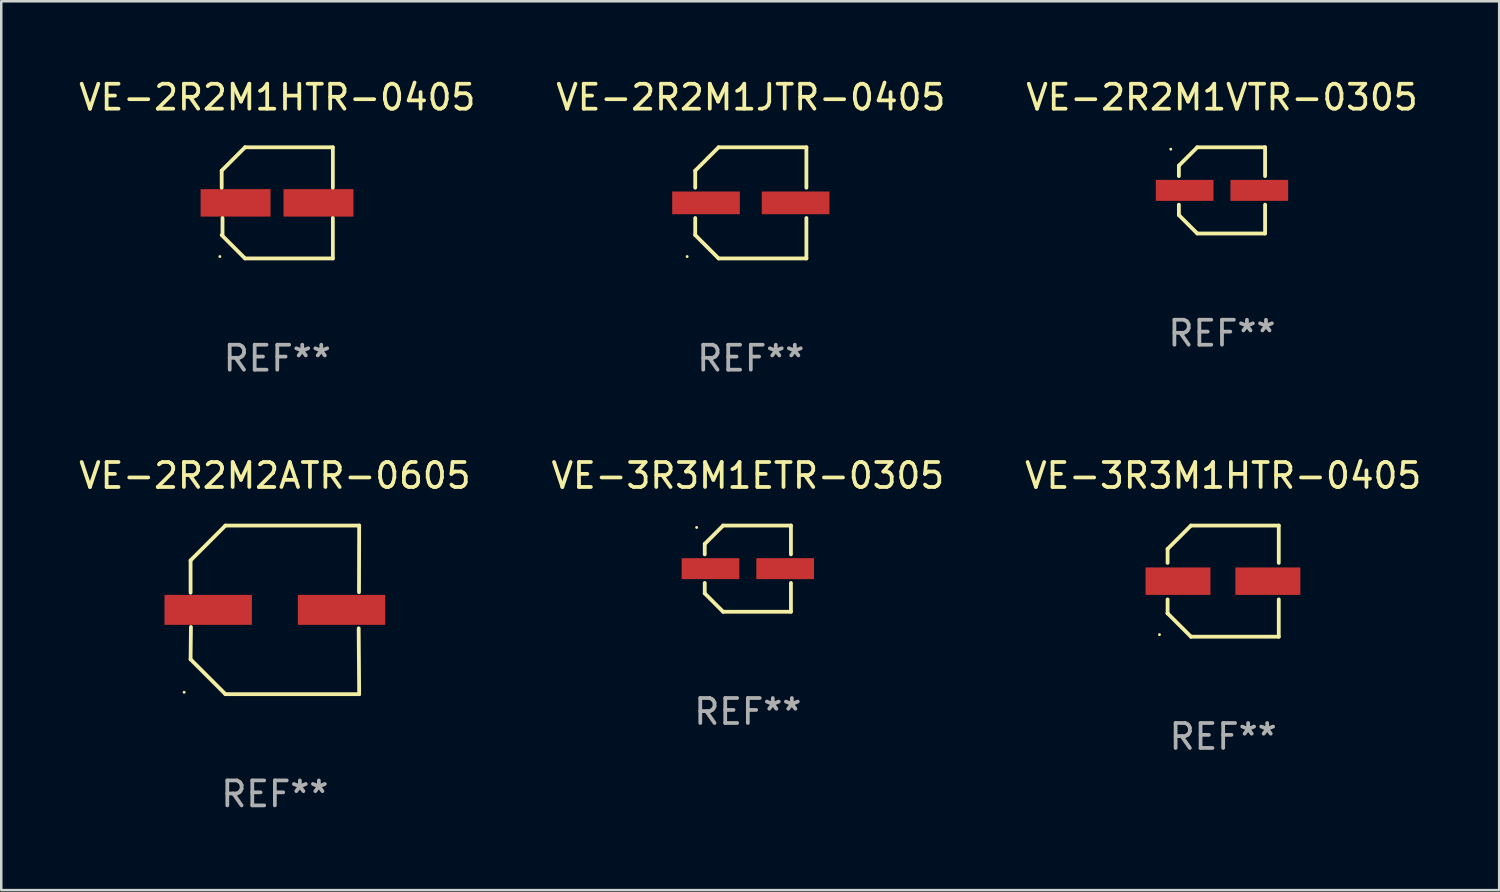
<source format=kicad_pcb>
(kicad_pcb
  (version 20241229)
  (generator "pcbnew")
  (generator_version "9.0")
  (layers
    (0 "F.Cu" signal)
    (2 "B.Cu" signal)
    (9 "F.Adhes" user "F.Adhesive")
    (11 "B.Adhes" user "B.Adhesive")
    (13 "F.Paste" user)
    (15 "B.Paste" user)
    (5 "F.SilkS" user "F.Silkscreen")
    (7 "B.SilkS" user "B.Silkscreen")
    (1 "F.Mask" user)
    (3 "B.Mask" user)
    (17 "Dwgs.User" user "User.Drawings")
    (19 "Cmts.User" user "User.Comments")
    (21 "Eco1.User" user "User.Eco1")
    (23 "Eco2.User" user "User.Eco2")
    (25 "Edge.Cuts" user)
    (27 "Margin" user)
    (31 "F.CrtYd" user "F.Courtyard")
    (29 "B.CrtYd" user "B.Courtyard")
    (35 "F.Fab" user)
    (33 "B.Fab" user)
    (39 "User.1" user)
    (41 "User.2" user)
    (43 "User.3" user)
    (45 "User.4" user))
  (footprint "VE-3R3M1ETR-0305"
    (layer "F.Cu")
    (at 26.899 19.723)
    (property "Reference" "VE-3R3M1ETR-0305" (at 0 -3.726 0) (layer "F.SilkS") (effects (font (size 1 1) (thickness 0.15))))
    (attr through_hole)
    (fp_line (start -1.726 -0.99) (end -1.726 -0.572) (stroke (width 0.152) (type solid)) (layer "F.SilkS"))
    (fp_line (start -1.726 0.99) (end -1.726 0.572) (stroke (width 0.152) (type solid)) (layer "F.SilkS"))
    (fp_line (start -0.99 -1.726) (end -1.726 -0.99) (stroke (width 0.152) (type solid)) (layer "F.SilkS"))
    (fp_line (start -0.99 1.726) (end -1.726 0.99) (stroke (width 0.152) (type solid)) (layer "F.SilkS"))
    (fp_line (start 1.726 -1.726) (end -0.99 -1.726) (stroke (width 0.152) (type solid)) (layer "F.SilkS"))
    (fp_line (start 1.726 -0.572) (end 1.726 -1.726) (stroke (width 0.152) (type solid)) (layer "F.SilkS"))
    (fp_line (start 1.726 0.572) (end 1.726 1.726) (stroke (width 0.152) (type solid)) (layer "F.SilkS"))
    (fp_line (start 1.726 1.726) (end -0.99 1.726) (stroke (width 0.152) (type solid)) (layer "F.SilkS"))
    (fp_circle (center -2.05 -1.65) (end -2.02 -1.65) (stroke (width 0.06) (type solid)) (fill no) (layer "F.SilkS"))
    (fp_text user "REF**" (at 0 5.726 0) (layer "F.Fab") (effects (font (size 1 1) (thickness 0.15))))
    (pad "1" smd rect (at -1.495 0) (size 2.31 0.84) (layers "F.Cu" "F.Mask" "F.Paste"))
    (pad "2" smd rect (at 1.495 0) (size 2.31 0.84) (layers "F.Cu" "F.Mask" "F.Paste")))
  (footprint "VE-2R2M2ATR-0605"
    (layer "F.Cu")
    (at 7.958 21.373)
    (property "Reference" "VE-2R2M2ATR-0605" (at 0 -5.376 0) (layer "F.SilkS") (effects (font (size 1 1) (thickness 0.15))))
    (attr through_hole)
    (fp_line (start -3.376 -1.98) (end -3.376 -0.686) (stroke (width 0.152) (type solid)) (layer "F.SilkS"))
    (fp_line (start -3.376 1.981) (end -3.362 0.686) (stroke (width 0.152) (type solid)) (layer "F.SilkS"))
    (fp_line (start -1.981 3.376) (end -3.376 1.981) (stroke (width 0.152) (type solid)) (layer "F.SilkS"))
    (fp_line (start -1.98 -3.376) (end -3.376 -1.98) (stroke (width 0.152) (type solid)) (layer "F.SilkS"))
    (fp_line (start 3.356 0.74) (end 3.376 3.376) (stroke (width 0.152) (type solid)) (layer "F.SilkS"))
    (fp_line (start 3.369 -0.707) (end 3.376 -3.376) (stroke (width 0.152) (type solid)) (layer "F.SilkS"))
    (fp_line (start 3.376 3.376) (end -1.981 3.376) (stroke (width 0.152) (type solid)) (layer "F.SilkS"))
    (fp_line (start 3.376 -3.376) (end -1.98 -3.376) (stroke (width 0.152) (type solid)) (layer "F.SilkS"))
    (fp_circle (center -3.634 3.3) (end -3.604 3.3) (stroke (width 0.06) (type solid)) (fill no) (layer "F.SilkS"))
    (fp_text user "REF**" (at 0 7.376 0) (layer "F.Fab") (effects (font (size 1 1) (thickness 0.15))))
    (pad "1" smd rect (at -2.67 0.000254) (size 3.5 1.2) (layers "F.Cu" "F.Mask" "F.Paste"))
    (pad "2" smd rect (at 2.67 0.000254) (size 3.5 1.2) (layers "F.Cu" "F.Mask" "F.Paste")))
  (footprint "VE-2R2M1JTR-0405"
    (layer "F.Cu")
    (at 27.018 5.074)
    (property "Reference" "VE-2R2M1JTR-0405" (at 0 -4.226 0) (layer "F.SilkS") (effects (font (size 1 1) (thickness 0.15))))
    (attr through_hole)
    (fp_line (start -2.226 -1.29) (end -1.29 -2.226) (stroke (width 0.152) (type solid)) (layer "F.SilkS"))
    (fp_line (start -2.226 -0.607) (end -2.226 -1.29) (stroke (width 0.152) (type solid)) (layer "F.SilkS"))
    (fp_line (start -2.226 0.607) (end -2.226 1.29) (stroke (width 0.152) (type solid)) (layer "F.SilkS"))
    (fp_line (start -2.226 1.29) (end -1.29 2.226) (stroke (width 0.152) (type solid)) (layer "F.SilkS"))
    (fp_line (start -1.29 -2.226) (end 2.226 -2.226) (stroke (width 0.152) (type solid)) (layer "F.SilkS"))
    (fp_line (start -1.29 2.226) (end 2.226 2.226) (stroke (width 0.152) (type solid)) (layer "F.SilkS"))
    (fp_line (start 2.226 -2.226) (end 2.226 -0.607) (stroke (width 0.152) (type solid)) (layer "F.SilkS"))
    (fp_line (start 2.226 2.226) (end 2.226 0.607) (stroke (width 0.152) (type solid)) (layer "F.SilkS"))
    (fp_circle (center -2.55 2.15) (end -2.52 2.15) (stroke (width 0.06) (type solid)) (fill no) (layer "F.SilkS"))
    (fp_text user "REF**" (at 0 6.226 0) (layer "F.Fab") (effects (font (size 1 1) (thickness 0.15))))
    (pad "1" smd rect (at -1.795 -0.000013) (size 2.71 0.91) (layers "F.Cu" "F.Mask" "F.Paste"))
    (pad "2" smd rect (at 1.795 -0.000013) (size 2.71 0.91) (layers "F.Cu" "F.Mask" "F.Paste")))
  (footprint "VE-2R2M1VTR-0305"
    (layer "F.Cu")
    (at 45.887 4.574)
    (property "Reference" "VE-2R2M1VTR-0305" (at 0 -3.726 0) (layer "F.SilkS") (effects (font (size 1 1) (thickness 0.15))))
    (attr through_hole)
    (fp_line (start -1.726 -0.99) (end -1.726 -0.572) (stroke (width 0.152) (type solid)) (layer "F.SilkS"))
    (fp_line (start -1.726 0.99) (end -1.726 0.572) (stroke (width 0.152) (type solid)) (layer "F.SilkS"))
    (fp_line (start -0.99 -1.726) (end -1.726 -0.99) (stroke (width 0.152) (type solid)) (layer "F.SilkS"))
    (fp_line (start -0.99 1.726) (end -1.726 0.99) (stroke (width 0.152) (type solid)) (layer "F.SilkS"))
    (fp_line (start 1.726 -1.726) (end -0.99 -1.726) (stroke (width 0.152) (type solid)) (layer "F.SilkS"))
    (fp_line (start 1.726 -0.572) (end 1.726 -1.726) (stroke (width 0.152) (type solid)) (layer "F.SilkS"))
    (fp_line (start 1.726 0.572) (end 1.726 1.726) (stroke (width 0.152) (type solid)) (layer "F.SilkS"))
    (fp_line (start 1.726 1.726) (end -0.99 1.726) (stroke (width 0.152) (type solid)) (layer "F.SilkS"))
    (fp_circle (center -2.05 -1.65) (end -2.02 -1.65) (stroke (width 0.06) (type solid)) (fill no) (layer "F.SilkS"))
    (fp_text user "REF**" (at 0 5.726 0) (layer "F.Fab") (effects (font (size 1 1) (thickness 0.15))))
    (pad "1" smd rect (at -1.495 0) (size 2.31 0.84) (layers "F.Cu" "F.Mask" "F.Paste"))
    (pad "2" smd rect (at 1.495 0) (size 2.31 0.84) (layers "F.Cu" "F.Mask" "F.Paste")))
  (footprint "VE-3R3M1HTR-0405"
    (layer "F.Cu")
    (at 45.935 20.223)
    (property "Reference" "VE-3R3M1HTR-0405" (at 0 -4.226 0) (layer "F.SilkS") (effects (font (size 1 1) (thickness 0.15))))
    (attr through_hole)
    (fp_line (start -2.226 -1.289) (end -2.226 -0.73) (stroke (width 0.152) (type solid)) (layer "F.SilkS"))
    (fp_line (start -2.226 0.731) (end -2.226 1.291) (stroke (width 0.152) (type solid)) (layer "F.SilkS"))
    (fp_line (start -2.226 1.291) (end -2.226 1.291) (stroke (width 0.152) (type solid)) (layer "F.SilkS"))
    (fp_line (start -1.29 -2.226) (end -2.226 -1.289) (stroke (width 0.152) (type solid)) (layer "F.SilkS"))
    (fp_line (start -1.289 2.226) (end -2.226 1.291) (stroke (width 0.152) (type solid)) (layer "F.SilkS"))
    (fp_line (start 2.226 -2.226) (end -1.29 -2.226) (stroke (width 0.152) (type solid)) (layer "F.SilkS"))
    (fp_line (start 2.226 -0.73) (end 2.226 -2.226) (stroke (width 0.152) (type solid)) (layer "F.SilkS"))
    (fp_line (start 2.226 2.226) (end -1.289 2.226) (stroke (width 0.152) (type solid)) (layer "F.SilkS"))
    (fp_line (start 2.226 2.226) (end 2.226 0.731) (stroke (width 0.152) (type solid)) (layer "F.SilkS"))
    (fp_circle (center -2.551 2.142) (end -2.521 2.142) (stroke (width 0.06) (type solid)) (fill no) (layer "F.SilkS"))
    (fp_text user "REF**" (at 0 6.226 0) (layer "F.Fab") (effects (font (size 1 1) (thickness 0.15))))
    (pad "1" smd rect (at -1.81 0.001) (size 2.6 1.1) (layers "F.Cu" "F.Mask" "F.Paste"))
    (pad "2" smd rect (at 1.79 0.001) (size 2.6 1.1) (layers "F.Cu" "F.Mask" "F.Paste")))
  (footprint "VE-2R2M1HTR-0405"
    (layer "F.Cu")
    (at 8.054 5.074)
    (property "Reference" "VE-2R2M1HTR-0405" (at 0 -4.226 0) (layer "F.SilkS") (effects (font (size 1 1) (thickness 0.15))))
    (attr through_hole)
    (fp_line (start -2.226 -1.29) (end -2.226 -0.607) (stroke (width 0.152) (type solid)) (layer "F.SilkS"))
    (fp_line (start -2.193 1.29) (end -2.193 0.607) (stroke (width 0.152) (type solid)) (layer "F.SilkS"))
    (fp_line (start -1.29 2.226) (end -2.226 1.29) (stroke (width 0.152) (type solid)) (layer "F.SilkS"))
    (fp_line (start -1.29 -2.226) (end -2.226 -1.29) (stroke (width 0.152) (type solid)) (layer "F.SilkS"))
    (fp_line (start 2.226 -2.226) (end -1.29 -2.226) (stroke (width 0.152) (type solid)) (layer "F.SilkS"))
    (fp_line (start 2.226 -0.607) (end 2.226 -2.226) (stroke (width 0.152) (type solid)) (layer "F.SilkS"))
    (fp_line (start 2.226 0.607) (end 2.226 2.226) (stroke (width 0.152) (type solid)) (layer "F.SilkS"))
    (fp_line (start 2.226 2.226) (end -1.29 2.226) (stroke (width 0.152) (type solid)) (layer "F.SilkS"))
    (fp_circle (center -2.3 2.15) (end -2.27 2.15) (stroke (width 0.06) (type solid)) (fill no) (layer "F.SilkS"))
    (fp_text user "REF**" (at 0 6.226 0) (layer "F.Fab") (effects (font (size 1 1) (thickness 0.15))))
    (pad "1" smd rect (at -1.67 -0.000025) (size 2.8 1.1) (layers "F.Cu" "F.Mask" "F.Paste"))
    (pad "2" smd rect (at 1.651 -0.000025) (size 2.8 1.1) (layers "F.Cu" "F.Mask" "F.Paste")))
  (gr_rect
    (start -3 -3)
    (end 56.988 32.597)
    (stroke (width 0.1) (type default))
    (fill no)
    (layer "Edge.Cuts")))
</source>
